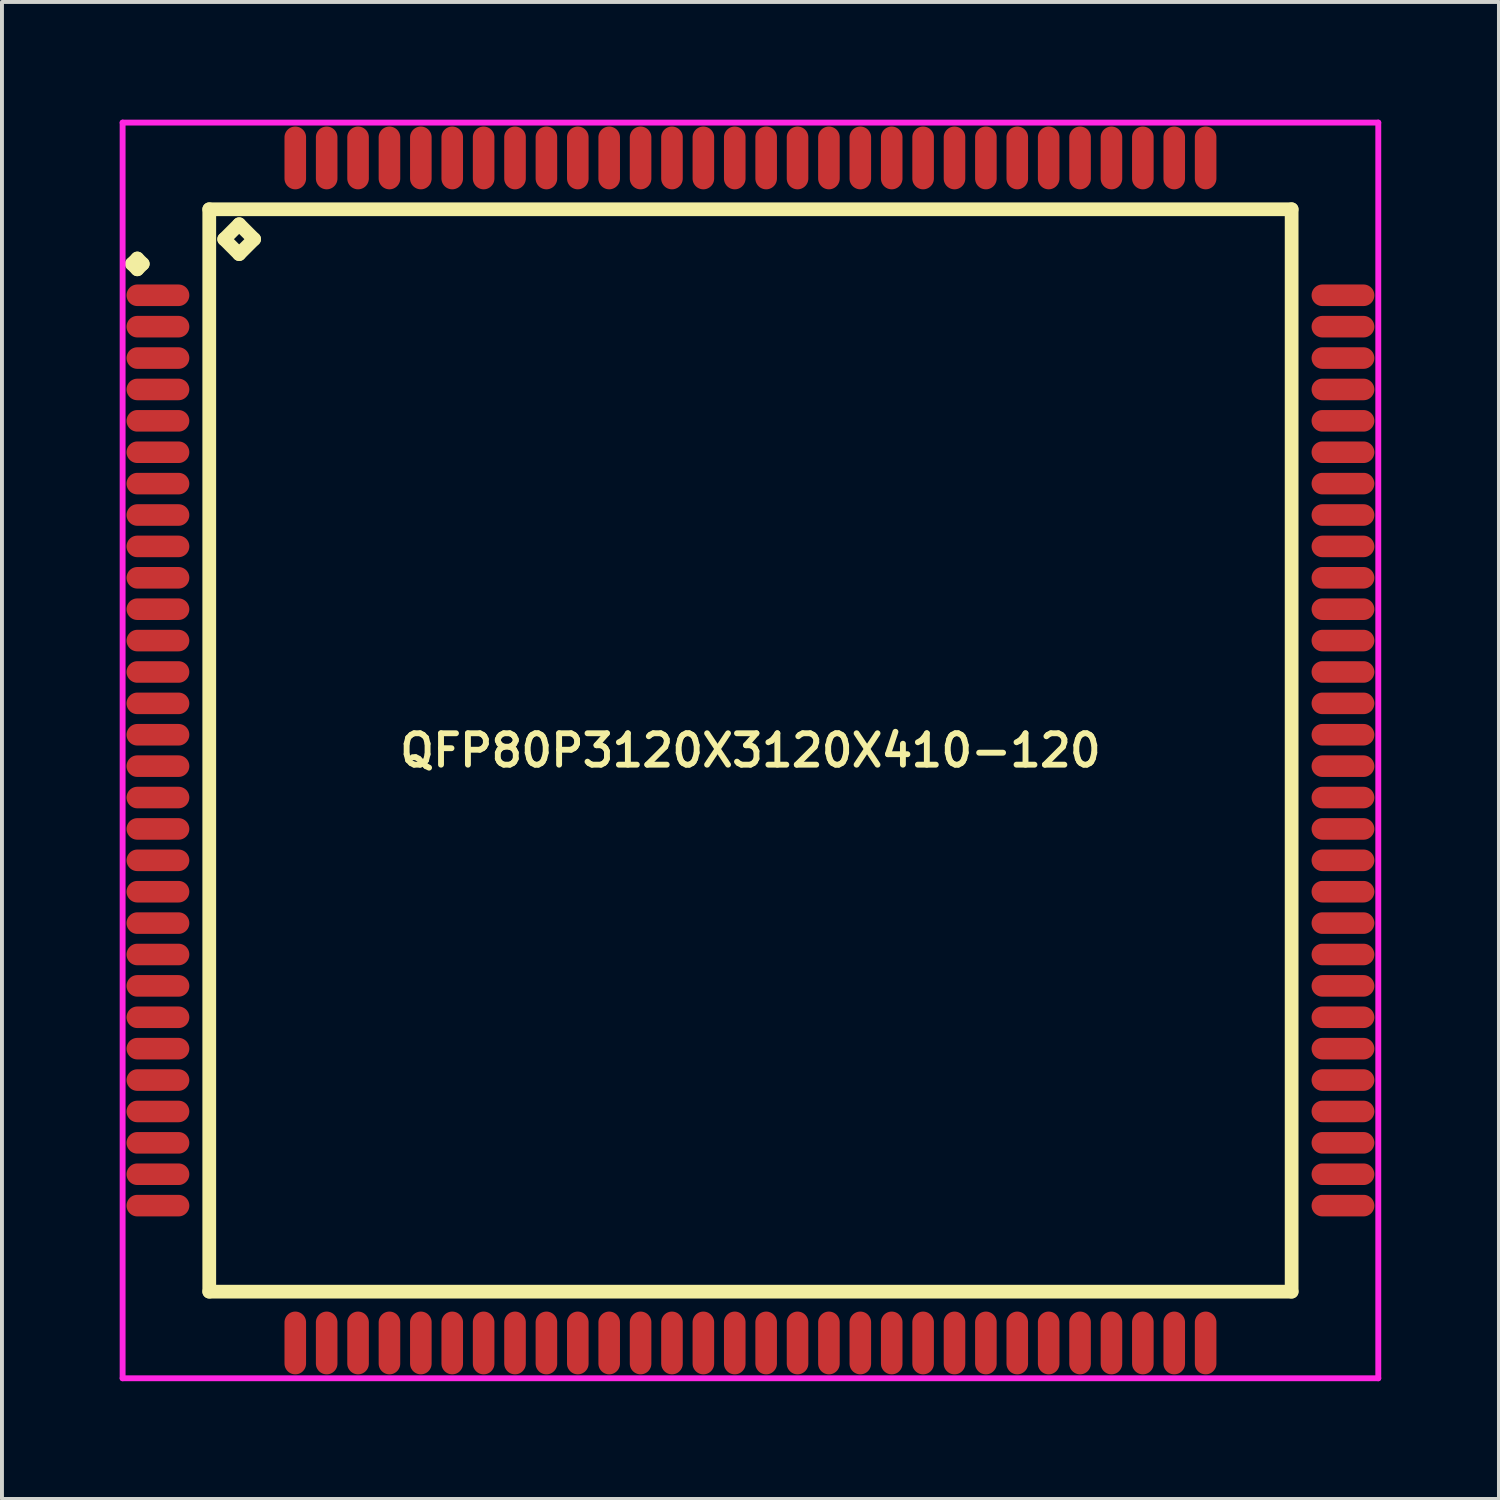
<source format=kicad_pcb>
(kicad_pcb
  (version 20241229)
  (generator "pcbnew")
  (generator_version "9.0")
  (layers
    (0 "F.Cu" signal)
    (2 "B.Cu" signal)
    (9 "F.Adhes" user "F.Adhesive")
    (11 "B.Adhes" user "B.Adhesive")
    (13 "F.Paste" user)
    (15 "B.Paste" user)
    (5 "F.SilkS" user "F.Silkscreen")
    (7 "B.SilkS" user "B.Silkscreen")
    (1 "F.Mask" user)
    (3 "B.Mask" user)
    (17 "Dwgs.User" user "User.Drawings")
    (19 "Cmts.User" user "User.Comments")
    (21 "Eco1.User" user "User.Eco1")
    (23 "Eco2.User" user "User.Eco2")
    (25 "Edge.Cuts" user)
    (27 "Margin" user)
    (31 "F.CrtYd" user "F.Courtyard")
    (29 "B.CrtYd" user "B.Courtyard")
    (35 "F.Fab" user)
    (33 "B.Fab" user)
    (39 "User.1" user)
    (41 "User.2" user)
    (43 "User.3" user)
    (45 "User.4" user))
  (footprint "QFP80P3120X3120X410-120"
    (layer "F.Cu")
    (at 16.075 16.075)
    (property "Reference" "QFP80P3120X3120X410-120" (at 0 0 0) (layer "F.SilkS") (effects (font (size 0.8 0.8) (thickness 0.15))))
    (attr through_hole)
    (fp_line (start -15.762 -12.4) (end -15.625 -12.537) (stroke (width 0.35) (type solid)) (layer "F.SilkS"))
    (fp_line (start -15.625 -12.537) (end -15.488 -12.4) (stroke (width 0.35) (type solid)) (layer "F.SilkS"))
    (fp_line (start -15.625 -12.262) (end -15.762 -12.4) (stroke (width 0.35) (type solid)) (layer "F.SilkS"))
    (fp_line (start -15.488 -12.4) (end -15.625 -12.262) (stroke (width 0.35) (type solid)) (layer "F.SilkS"))
    (fp_line (start -13.792 -13.792) (end -13.792 13.792) (stroke (width 0.35) (type solid)) (layer "F.SilkS"))
    (fp_line (start -13.792 13.792) (end 13.792 13.792) (stroke (width 0.35) (type solid)) (layer "F.SilkS"))
    (fp_line (start -13.411 -13.03) (end -13.03 -13.411) (stroke (width 0.35) (type solid)) (layer "F.SilkS"))
    (fp_line (start -13.03 -13.411) (end -12.649 -13.03) (stroke (width 0.35) (type solid)) (layer "F.SilkS"))
    (fp_line (start -13.03 -12.649) (end -13.411 -13.03) (stroke (width 0.35) (type solid)) (layer "F.SilkS"))
    (fp_line (start -12.649 -13.03) (end -13.03 -12.649) (stroke (width 0.35) (type solid)) (layer "F.SilkS"))
    (fp_line (start 13.792 -13.792) (end -13.792 -13.792) (stroke (width 0.35) (type solid)) (layer "F.SilkS"))
    (fp_line (start 13.792 13.792) (end 13.792 -13.792) (stroke (width 0.35) (type solid)) (layer "F.SilkS"))
    (fp_line (start -16 -16) (end 16 -16) (stroke (width 0.15) (type solid)) (layer "F.CrtYd"))
    (fp_line (start -16 16) (end -16 -16) (stroke (width 0.15) (type solid)) (layer "F.CrtYd"))
    (fp_line (start 16 -16) (end 16 16) (stroke (width 0.15) (type solid)) (layer "F.CrtYd"))
    (fp_line (start 16 16) (end -16 16) (stroke (width 0.15) (type solid)) (layer "F.CrtYd"))
    (pad "1" smd oval (at -15.1 -11.6) (size 1.6 0.55) (layers "F.Cu" "F.Mask" "F.Paste"))
    (pad "2" smd oval (at -15.1 -10.8) (size 1.6 0.55) (layers "F.Cu" "F.Mask" "F.Paste"))
    (pad "3" smd oval (at -15.1 -10) (size 1.6 0.55) (layers "F.Cu" "F.Mask" "F.Paste"))
    (pad "4" smd oval (at -15.1 -9.2) (size 1.6 0.55) (layers "F.Cu" "F.Mask" "F.Paste"))
    (pad "5" smd oval (at -15.1 -8.4) (size 1.6 0.55) (layers "F.Cu" "F.Mask" "F.Paste"))
    (pad "6" smd oval (at -15.1 -7.6) (size 1.6 0.55) (layers "F.Cu" "F.Mask" "F.Paste"))
    (pad "7" smd oval (at -15.1 -6.8) (size 1.6 0.55) (layers "F.Cu" "F.Mask" "F.Paste"))
    (pad "8" smd oval (at -15.1 -6) (size 1.6 0.55) (layers "F.Cu" "F.Mask" "F.Paste"))
    (pad "9" smd oval (at -15.1 -5.2) (size 1.6 0.55) (layers "F.Cu" "F.Mask" "F.Paste"))
    (pad "10" smd oval (at -15.1 -4.4) (size 1.6 0.55) (layers "F.Cu" "F.Mask" "F.Paste"))
    (pad "11" smd oval (at -15.1 -3.6) (size 1.6 0.55) (layers "F.Cu" "F.Mask" "F.Paste"))
    (pad "12" smd oval (at -15.1 -2.8) (size 1.6 0.55) (layers "F.Cu" "F.Mask" "F.Paste"))
    (pad "13" smd oval (at -15.1 -2) (size 1.6 0.55) (layers "F.Cu" "F.Mask" "F.Paste"))
    (pad "14" smd oval (at -15.1 -1.2) (size 1.6 0.55) (layers "F.Cu" "F.Mask" "F.Paste"))
    (pad "15" smd oval (at -15.1 -0.4) (size 1.6 0.55) (layers "F.Cu" "F.Mask" "F.Paste"))
    (pad "16" smd oval (at -15.1 0.4) (size 1.6 0.55) (layers "F.Cu" "F.Mask" "F.Paste"))
    (pad "17" smd oval (at -15.1 1.2) (size 1.6 0.55) (layers "F.Cu" "F.Mask" "F.Paste"))
    (pad "18" smd oval (at -15.1 2) (size 1.6 0.55) (layers "F.Cu" "F.Mask" "F.Paste"))
    (pad "19" smd oval (at -15.1 2.8) (size 1.6 0.55) (layers "F.Cu" "F.Mask" "F.Paste"))
    (pad "20" smd oval (at -15.1 3.6) (size 1.6 0.55) (layers "F.Cu" "F.Mask" "F.Paste"))
    (pad "21" smd oval (at -15.1 4.4) (size 1.6 0.55) (layers "F.Cu" "F.Mask" "F.Paste"))
    (pad "22" smd oval (at -15.1 5.2) (size 1.6 0.55) (layers "F.Cu" "F.Mask" "F.Paste"))
    (pad "23" smd oval (at -15.1 6) (size 1.6 0.55) (layers "F.Cu" "F.Mask" "F.Paste"))
    (pad "24" smd oval (at -15.1 6.8) (size 1.6 0.55) (layers "F.Cu" "F.Mask" "F.Paste"))
    (pad "25" smd oval (at -15.1 7.6) (size 1.6 0.55) (layers "F.Cu" "F.Mask" "F.Paste"))
    (pad "26" smd oval (at -15.1 8.4) (size 1.6 0.55) (layers "F.Cu" "F.Mask" "F.Paste"))
    (pad "27" smd oval (at -15.1 9.2) (size 1.6 0.55) (layers "F.Cu" "F.Mask" "F.Paste"))
    (pad "28" smd oval (at -15.1 10) (size 1.6 0.55) (layers "F.Cu" "F.Mask" "F.Paste"))
    (pad "29" smd oval (at -15.1 10.8) (size 1.6 0.55) (layers "F.Cu" "F.Mask" "F.Paste"))
    (pad "30" smd oval (at -15.1 11.6) (size 1.6 0.55) (layers "F.Cu" "F.Mask" "F.Paste"))
    (pad "31" smd oval (at -11.6 15.1) (size 0.55 1.6) (layers "F.Cu" "F.Mask" "F.Paste"))
    (pad "32" smd oval (at -10.8 15.1) (size 0.55 1.6) (layers "F.Cu" "F.Mask" "F.Paste"))
    (pad "33" smd oval (at -10 15.1) (size 0.55 1.6) (layers "F.Cu" "F.Mask" "F.Paste"))
    (pad "34" smd oval (at -9.2 15.1) (size 0.55 1.6) (layers "F.Cu" "F.Mask" "F.Paste"))
    (pad "35" smd oval (at -8.4 15.1) (size 0.55 1.6) (layers "F.Cu" "F.Mask" "F.Paste"))
    (pad "36" smd oval (at -7.6 15.1) (size 0.55 1.6) (layers "F.Cu" "F.Mask" "F.Paste"))
    (pad "37" smd oval (at -6.8 15.1) (size 0.55 1.6) (layers "F.Cu" "F.Mask" "F.Paste"))
    (pad "38" smd oval (at -6 15.1) (size 0.55 1.6) (layers "F.Cu" "F.Mask" "F.Paste"))
    (pad "39" smd oval (at -5.2 15.1) (size 0.55 1.6) (layers "F.Cu" "F.Mask" "F.Paste"))
    (pad "40" smd oval (at -4.4 15.1) (size 0.55 1.6) (layers "F.Cu" "F.Mask" "F.Paste"))
    (pad "41" smd oval (at -3.6 15.1) (size 0.55 1.6) (layers "F.Cu" "F.Mask" "F.Paste"))
    (pad "42" smd oval (at -2.8 15.1) (size 0.55 1.6) (layers "F.Cu" "F.Mask" "F.Paste"))
    (pad "43" smd oval (at -2 15.1) (size 0.55 1.6) (layers "F.Cu" "F.Mask" "F.Paste"))
    (pad "44" smd oval (at -1.2 15.1) (size 0.55 1.6) (layers "F.Cu" "F.Mask" "F.Paste"))
    (pad "45" smd oval (at -0.4 15.1) (size 0.55 1.6) (layers "F.Cu" "F.Mask" "F.Paste"))
    (pad "46" smd oval (at 0.4 15.1) (size 0.55 1.6) (layers "F.Cu" "F.Mask" "F.Paste"))
    (pad "47" smd oval (at 1.2 15.1) (size 0.55 1.6) (layers "F.Cu" "F.Mask" "F.Paste"))
    (pad "48" smd oval (at 2 15.1) (size 0.55 1.6) (layers "F.Cu" "F.Mask" "F.Paste"))
    (pad "49" smd oval (at 2.8 15.1) (size 0.55 1.6) (layers "F.Cu" "F.Mask" "F.Paste"))
    (pad "50" smd oval (at 3.6 15.1) (size 0.55 1.6) (layers "F.Cu" "F.Mask" "F.Paste"))
    (pad "51" smd oval (at 4.4 15.1) (size 0.55 1.6) (layers "F.Cu" "F.Mask" "F.Paste"))
    (pad "52" smd oval (at 5.2 15.1) (size 0.55 1.6) (layers "F.Cu" "F.Mask" "F.Paste"))
    (pad "53" smd oval (at 6 15.1) (size 0.55 1.6) (layers "F.Cu" "F.Mask" "F.Paste"))
    (pad "54" smd oval (at 6.8 15.1) (size 0.55 1.6) (layers "F.Cu" "F.Mask" "F.Paste"))
    (pad "55" smd oval (at 7.6 15.1) (size 0.55 1.6) (layers "F.Cu" "F.Mask" "F.Paste"))
    (pad "56" smd oval (at 8.4 15.1) (size 0.55 1.6) (layers "F.Cu" "F.Mask" "F.Paste"))
    (pad "57" smd oval (at 9.2 15.1) (size 0.55 1.6) (layers "F.Cu" "F.Mask" "F.Paste"))
    (pad "58" smd oval (at 10 15.1) (size 0.55 1.6) (layers "F.Cu" "F.Mask" "F.Paste"))
    (pad "59" smd oval (at 10.8 15.1) (size 0.55 1.6) (layers "F.Cu" "F.Mask" "F.Paste"))
    (pad "60" smd oval (at 11.6 15.1) (size 0.55 1.6) (layers "F.Cu" "F.Mask" "F.Paste"))
    (pad "61" smd oval (at 15.1 11.6) (size 1.6 0.55) (layers "F.Cu" "F.Mask" "F.Paste"))
    (pad "62" smd oval (at 15.1 10.8) (size 1.6 0.55) (layers "F.Cu" "F.Mask" "F.Paste"))
    (pad "63" smd oval (at 15.1 10) (size 1.6 0.55) (layers "F.Cu" "F.Mask" "F.Paste"))
    (pad "64" smd oval (at 15.1 9.2) (size 1.6 0.55) (layers "F.Cu" "F.Mask" "F.Paste"))
    (pad "65" smd oval (at 15.1 8.4) (size 1.6 0.55) (layers "F.Cu" "F.Mask" "F.Paste"))
    (pad "66" smd oval (at 15.1 7.6) (size 1.6 0.55) (layers "F.Cu" "F.Mask" "F.Paste"))
    (pad "67" smd oval (at 15.1 6.8) (size 1.6 0.55) (layers "F.Cu" "F.Mask" "F.Paste"))
    (pad "68" smd oval (at 15.1 6) (size 1.6 0.55) (layers "F.Cu" "F.Mask" "F.Paste"))
    (pad "69" smd oval (at 15.1 5.2) (size 1.6 0.55) (layers "F.Cu" "F.Mask" "F.Paste"))
    (pad "70" smd oval (at 15.1 4.4) (size 1.6 0.55) (layers "F.Cu" "F.Mask" "F.Paste"))
    (pad "71" smd oval (at 15.1 3.6) (size 1.6 0.55) (layers "F.Cu" "F.Mask" "F.Paste"))
    (pad "72" smd oval (at 15.1 2.8) (size 1.6 0.55) (layers "F.Cu" "F.Mask" "F.Paste"))
    (pad "73" smd oval (at 15.1 2) (size 1.6 0.55) (layers "F.Cu" "F.Mask" "F.Paste"))
    (pad "74" smd oval (at 15.1 1.2) (size 1.6 0.55) (layers "F.Cu" "F.Mask" "F.Paste"))
    (pad "75" smd oval (at 15.1 0.4) (size 1.6 0.55) (layers "F.Cu" "F.Mask" "F.Paste"))
    (pad "76" smd oval (at 15.1 -0.4) (size 1.6 0.55) (layers "F.Cu" "F.Mask" "F.Paste"))
    (pad "77" smd oval (at 15.1 -1.2) (size 1.6 0.55) (layers "F.Cu" "F.Mask" "F.Paste"))
    (pad "78" smd oval (at 15.1 -2) (size 1.6 0.55) (layers "F.Cu" "F.Mask" "F.Paste"))
    (pad "79" smd oval (at 15.1 -2.8) (size 1.6 0.55) (layers "F.Cu" "F.Mask" "F.Paste"))
    (pad "80" smd oval (at 15.1 -3.6) (size 1.6 0.55) (layers "F.Cu" "F.Mask" "F.Paste"))
    (pad "81" smd oval (at 15.1 -4.4) (size 1.6 0.55) (layers "F.Cu" "F.Mask" "F.Paste"))
    (pad "82" smd oval (at 15.1 -5.2) (size 1.6 0.55) (layers "F.Cu" "F.Mask" "F.Paste"))
    (pad "83" smd oval (at 15.1 -6) (size 1.6 0.55) (layers "F.Cu" "F.Mask" "F.Paste"))
    (pad "84" smd oval (at 15.1 -6.8) (size 1.6 0.55) (layers "F.Cu" "F.Mask" "F.Paste"))
    (pad "85" smd oval (at 15.1 -7.6) (size 1.6 0.55) (layers "F.Cu" "F.Mask" "F.Paste"))
    (pad "86" smd oval (at 15.1 -8.4) (size 1.6 0.55) (layers "F.Cu" "F.Mask" "F.Paste"))
    (pad "87" smd oval (at 15.1 -9.2) (size 1.6 0.55) (layers "F.Cu" "F.Mask" "F.Paste"))
    (pad "88" smd oval (at 15.1 -10) (size 1.6 0.55) (layers "F.Cu" "F.Mask" "F.Paste"))
    (pad "89" smd oval (at 15.1 -10.8) (size 1.6 0.55) (layers "F.Cu" "F.Mask" "F.Paste"))
    (pad "90" smd oval (at 15.1 -11.6) (size 1.6 0.55) (layers "F.Cu" "F.Mask" "F.Paste"))
    (pad "91" smd oval (at 11.6 -15.1) (size 0.55 1.6) (layers "F.Cu" "F.Mask" "F.Paste"))
    (pad "92" smd oval (at 10.8 -15.1) (size 0.55 1.6) (layers "F.Cu" "F.Mask" "F.Paste"))
    (pad "93" smd oval (at 10 -15.1) (size 0.55 1.6) (layers "F.Cu" "F.Mask" "F.Paste"))
    (pad "94" smd oval (at 9.2 -15.1) (size 0.55 1.6) (layers "F.Cu" "F.Mask" "F.Paste"))
    (pad "95" smd oval (at 8.4 -15.1) (size 0.55 1.6) (layers "F.Cu" "F.Mask" "F.Paste"))
    (pad "96" smd oval (at 7.6 -15.1) (size 0.55 1.6) (layers "F.Cu" "F.Mask" "F.Paste"))
    (pad "97" smd oval (at 6.8 -15.1) (size 0.55 1.6) (layers "F.Cu" "F.Mask" "F.Paste"))
    (pad "98" smd oval (at 6 -15.1) (size 0.55 1.6) (layers "F.Cu" "F.Mask" "F.Paste"))
    (pad "99" smd oval (at 5.2 -15.1) (size 0.55 1.6) (layers "F.Cu" "F.Mask" "F.Paste"))
    (pad "100" smd oval (at 4.4 -15.1) (size 0.55 1.6) (layers "F.Cu" "F.Mask" "F.Paste"))
    (pad "101" smd oval (at 3.6 -15.1) (size 0.55 1.6) (layers "F.Cu" "F.Mask" "F.Paste"))
    (pad "102" smd oval (at 2.8 -15.1) (size 0.55 1.6) (layers "F.Cu" "F.Mask" "F.Paste"))
    (pad "103" smd oval (at 2 -15.1) (size 0.55 1.6) (layers "F.Cu" "F.Mask" "F.Paste"))
    (pad "104" smd oval (at 1.2 -15.1) (size 0.55 1.6) (layers "F.Cu" "F.Mask" "F.Paste"))
    (pad "105" smd oval (at 0.4 -15.1) (size 0.55 1.6) (layers "F.Cu" "F.Mask" "F.Paste"))
    (pad "106" smd oval (at -0.4 -15.1) (size 0.55 1.6) (layers "F.Cu" "F.Mask" "F.Paste"))
    (pad "107" smd oval (at -1.2 -15.1) (size 0.55 1.6) (layers "F.Cu" "F.Mask" "F.Paste"))
    (pad "108" smd oval (at -2 -15.1) (size 0.55 1.6) (layers "F.Cu" "F.Mask" "F.Paste"))
    (pad "109" smd oval (at -2.8 -15.1) (size 0.55 1.6) (layers "F.Cu" "F.Mask" "F.Paste"))
    (pad "110" smd oval (at -3.6 -15.1) (size 0.55 1.6) (layers "F.Cu" "F.Mask" "F.Paste"))
    (pad "111" smd oval (at -4.4 -15.1) (size 0.55 1.6) (layers "F.Cu" "F.Mask" "F.Paste"))
    (pad "112" smd oval (at -5.2 -15.1) (size 0.55 1.6) (layers "F.Cu" "F.Mask" "F.Paste"))
    (pad "113" smd oval (at -6 -15.1) (size 0.55 1.6) (layers "F.Cu" "F.Mask" "F.Paste"))
    (pad "114" smd oval (at -6.8 -15.1) (size 0.55 1.6) (layers "F.Cu" "F.Mask" "F.Paste"))
    (pad "115" smd oval (at -7.6 -15.1) (size 0.55 1.6) (layers "F.Cu" "F.Mask" "F.Paste"))
    (pad "116" smd oval (at -8.4 -15.1) (size 0.55 1.6) (layers "F.Cu" "F.Mask" "F.Paste"))
    (pad "117" smd oval (at -9.2 -15.1) (size 0.55 1.6) (layers "F.Cu" "F.Mask" "F.Paste"))
    (pad "118" smd oval (at -10 -15.1) (size 0.55 1.6) (layers "F.Cu" "F.Mask" "F.Paste"))
    (pad "119" smd oval (at -10.8 -15.1) (size 0.55 1.6) (layers "F.Cu" "F.Mask" "F.Paste"))
    (pad "120" smd oval (at -11.6 -15.1) (size 0.55 1.6) (layers "F.Cu" "F.Mask" "F.Paste")))
  (gr_rect
    (start -3 -3)
    (end 35.15 35.15)
    (stroke (width 0.1) (type default))
    (fill no)
    (layer "Edge.Cuts")))
</source>
